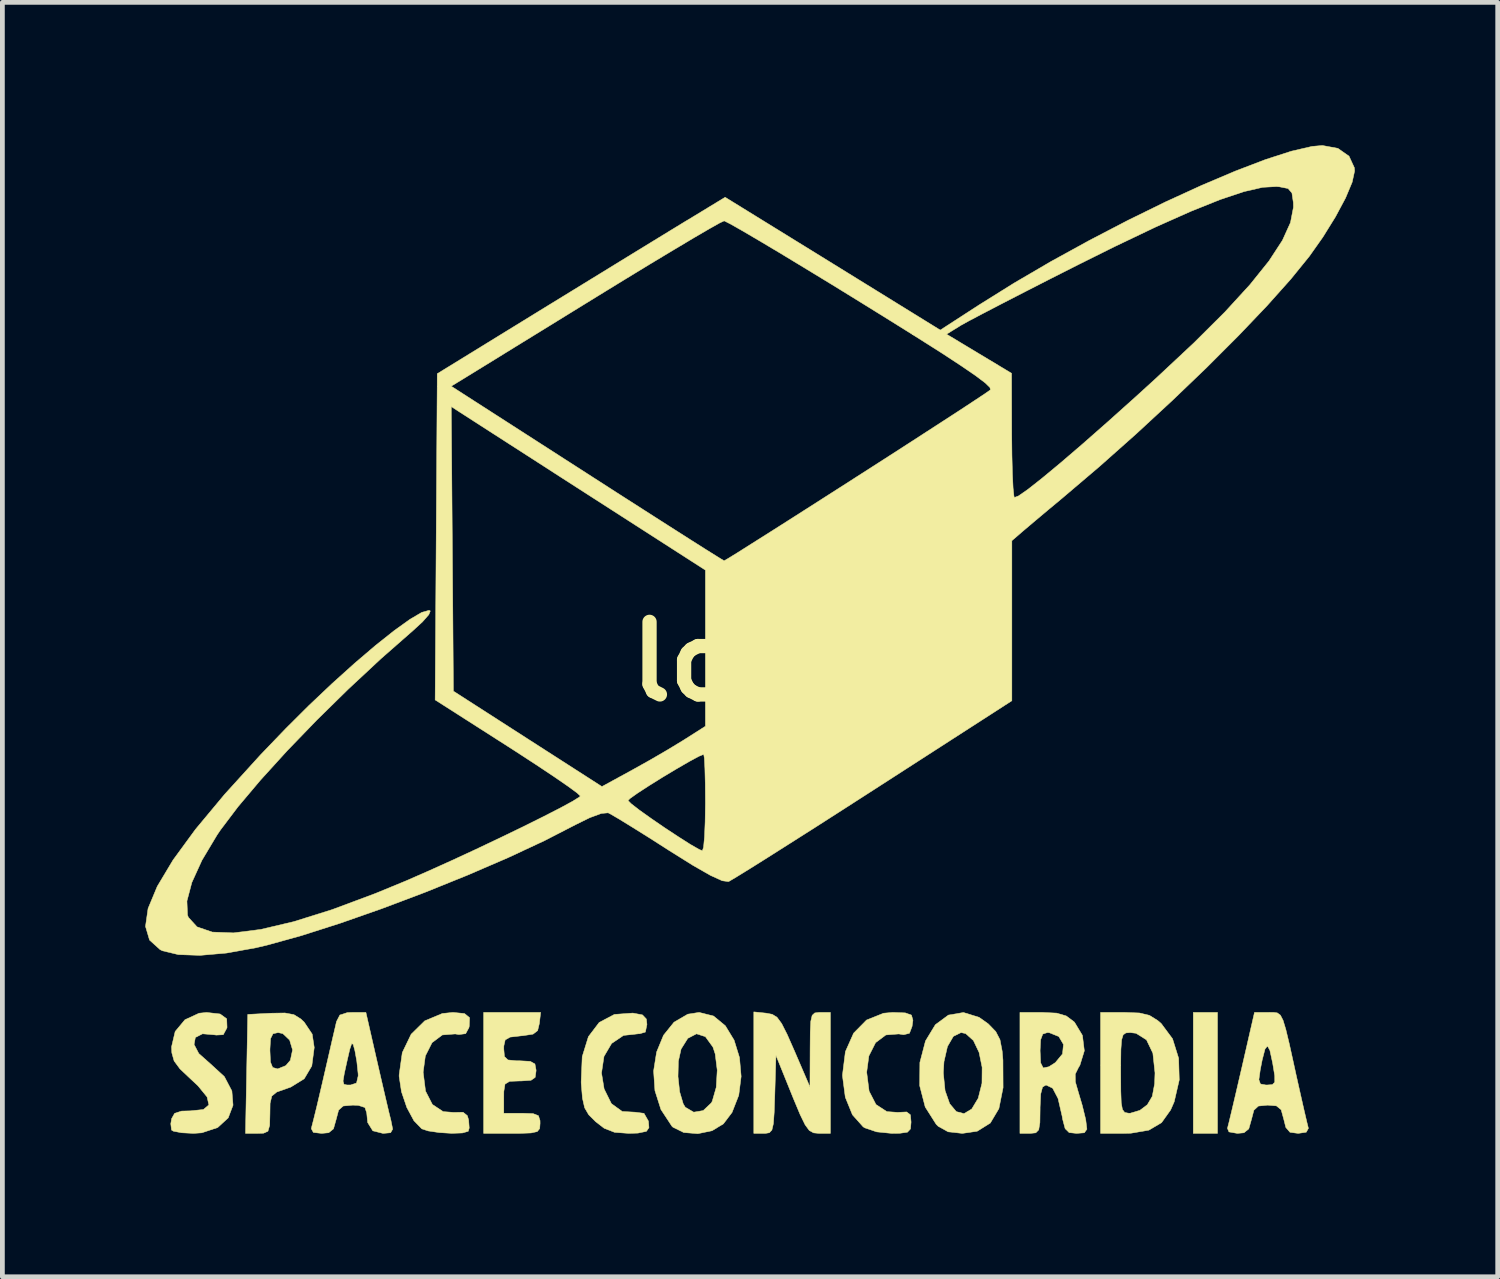
<source format=kicad_pcb>
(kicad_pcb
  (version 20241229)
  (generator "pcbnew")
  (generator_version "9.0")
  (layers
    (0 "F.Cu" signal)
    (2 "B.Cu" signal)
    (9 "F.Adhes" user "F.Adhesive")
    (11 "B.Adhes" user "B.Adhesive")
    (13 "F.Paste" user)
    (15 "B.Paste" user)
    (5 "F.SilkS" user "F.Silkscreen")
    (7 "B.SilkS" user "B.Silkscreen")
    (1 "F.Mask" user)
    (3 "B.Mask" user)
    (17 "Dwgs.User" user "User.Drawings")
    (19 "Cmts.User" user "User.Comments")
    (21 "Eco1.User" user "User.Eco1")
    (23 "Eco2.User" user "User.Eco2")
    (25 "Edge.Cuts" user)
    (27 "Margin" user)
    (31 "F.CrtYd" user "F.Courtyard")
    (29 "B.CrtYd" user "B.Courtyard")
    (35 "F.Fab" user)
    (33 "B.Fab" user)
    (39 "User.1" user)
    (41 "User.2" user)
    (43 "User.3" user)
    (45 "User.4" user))
  (footprint "logo"
    (layer "F.Cu")
    (at 12.693 10.842)
    (property "Reference" "logo" (at 0 0 0) (layer "F.SilkS") (effects (font (size 1.524 1.524) (thickness 0.3))))
    (attr through_hole)
    (fp_poly (pts (xy 9.821 9.906) (xy 9.313 9.906) (xy 9.313 7.366) (xy 9.821 7.366) (xy 9.821 9.906)) (stroke (width 0.01) (type solid)) (fill yes) (layer "F.SilkS"))
    (fp_poly (pts (xy -2.253 7.418) (xy -2.171 7.505) (xy -2.159 7.62) (xy -2.192 7.779) (xy -2.313 7.814) (xy -2.328 7.813) (xy -2.651 7.849) (xy -2.901 8.018) (xy -3.061 8.29) (xy -3.113 8.638) (xy -3.058 8.973) (xy -2.905 9.282) (xy -2.678 9.446) (xy -2.408 9.461) (xy -2.221 9.485) (xy -2.128 9.648) (xy -2.117 9.786) (xy -2.17 9.863) (xy -2.348 9.9) (xy -2.539 9.906) (xy -2.838 9.884) (xy -3.056 9.799) (xy -3.234 9.662) (xy -3.381 9.516) (xy -3.467 9.369) (xy -3.513 9.167) (xy -3.539 8.855) (xy -3.54 8.826) (xy -3.518 8.295) (xy -3.388 7.875) (xy -3.161 7.576) (xy -2.842 7.408) (xy -2.455 7.38) (xy -2.253 7.418)) (stroke (width 0.01) (type solid)) (fill yes) (layer "F.SilkS"))
    (fp_poly (pts (xy 0.346 7.382) (xy 0.472 7.406) (xy 0.572 7.468) (xy 0.669 7.599) (xy 0.785 7.828) (xy 0.936 8.17) (xy 1.264 8.932) (xy 1.267 8.149) (xy 1.27 7.782) (xy 1.281 7.553) (xy 1.31 7.428) (xy 1.365 7.377) (xy 1.455 7.366) (xy 1.482 7.366) (xy 1.693 7.366) (xy 1.693 9.906) (xy 1.453 9.906) (xy 1.34 9.895) (xy 1.25 9.845) (xy 1.163 9.727) (xy 1.058 9.512) (xy 0.916 9.173) (xy 0.881 9.086) (xy 0.55 8.267) (xy 0.526 9.086) (xy 0.513 9.463) (xy 0.496 9.702) (xy 0.465 9.835) (xy 0.412 9.892) (xy 0.328 9.906) (xy 0.293 9.906) (xy 0.085 9.906) (xy 0.085 7.355) (xy 0.346 7.382)) (stroke (width 0.01) (type solid)) (fill yes) (layer "F.SilkS"))
    (fp_poly (pts (xy 3.266 7.376) (xy 3.395 7.422) (xy 3.426 7.531) (xy 3.408 7.66) (xy 3.353 7.804) (xy 3.231 7.834) (xy 3.129 7.818) (xy 2.858 7.839) (xy 2.642 8.001) (xy 2.501 8.28) (xy 2.455 8.621) (xy 2.506 9.02) (xy 2.651 9.301) (xy 2.879 9.449) (xy 3.103 9.465) (xy 3.295 9.456) (xy 3.373 9.516) (xy 3.387 9.669) (xy 3.375 9.812) (xy 3.311 9.881) (xy 3.149 9.904) (xy 2.982 9.906) (xy 2.664 9.874) (xy 2.414 9.789) (xy 2.381 9.768) (xy 2.156 9.516) (xy 2.006 9.147) (xy 1.948 8.706) (xy 1.947 8.678) (xy 2.008 8.19) (xy 2.181 7.801) (xy 2.452 7.526) (xy 2.809 7.383) (xy 3.003 7.366) (xy 3.266 7.376)) (stroke (width 0.01) (type solid)) (fill yes) (layer "F.SilkS"))
    (fp_poly (pts (xy -5.989 7.39) (xy -5.883 7.477) (xy -5.89 7.655) (xy -5.897 7.686) (xy -5.965 7.812) (xy -6.107 7.831) (xy -6.184 7.818) (xy -6.455 7.839) (xy -6.671 8.001) (xy -6.812 8.28) (xy -6.858 8.621) (xy -6.808 9.018) (xy -6.664 9.299) (xy -6.438 9.449) (xy -6.217 9.466) (xy -6.02 9.462) (xy -5.93 9.534) (xy -5.903 9.625) (xy -5.891 9.793) (xy -5.911 9.862) (xy -6.033 9.897) (xy -6.257 9.905) (xy -6.519 9.889) (xy -6.755 9.854) (xy -6.887 9.81) (xy -7.051 9.641) (xy -7.201 9.362) (xy -7.313 9.032) (xy -7.362 8.71) (xy -7.362 8.678) (xy -7.296 8.21) (xy -7.11 7.824) (xy -6.824 7.543) (xy -6.456 7.389) (xy -6.232 7.366) (xy -5.989 7.39)) (stroke (width 0.01) (type solid)) (fill yes) (layer "F.SilkS"))
    (fp_poly (pts (xy -9.572 7.413) (xy -9.427 7.503) (xy -9.356 7.57) (xy -9.188 7.821) (xy -9.145 8.103) (xy -9.196 8.49) (xy -9.355 8.759) (xy -9.638 8.934) (xy -9.717 8.962) (xy -9.931 9.037) (xy -10.036 9.123) (xy -10.072 9.276) (xy -10.075 9.491) (xy -10.081 9.738) (xy -10.117 9.861) (xy -10.209 9.902) (xy -10.332 9.906) (xy -10.588 9.906) (xy -10.564 8.657) (xy -10.555 8.17) (xy -10.075 8.17) (xy -10.064 8.409) (xy -10.018 8.522) (xy -9.918 8.551) (xy -9.909 8.551) (xy -9.742 8.483) (xy -9.646 8.371) (xy -9.6 8.153) (xy -9.662 7.946) (xy -9.804 7.811) (xy -9.904 7.789) (xy -10.011 7.814) (xy -10.062 7.916) (xy -10.075 8.138) (xy -10.075 8.17) (xy -10.555 8.17) (xy -10.541 7.408) (xy -10.055 7.383) (xy -9.76 7.378) (xy -9.572 7.413)) (stroke (width 0.01) (type solid)) (fill yes) (layer "F.SilkS"))
    (fp_poly (pts (xy -4.418 7.599) (xy -4.454 7.748) (xy -4.551 7.822) (xy -4.759 7.854) (xy -4.805 7.858) (xy -5.031 7.884) (xy -5.135 7.943) (xy -5.164 8.071) (xy -5.165 8.133) (xy -5.151 8.293) (xy -5.077 8.364) (xy -4.895 8.382) (xy -4.826 8.382) (xy -4.608 8.394) (xy -4.511 8.448) (xy -4.487 8.575) (xy -4.487 8.594) (xy -4.506 8.73) (xy -4.593 8.791) (xy -4.797 8.805) (xy -4.826 8.805) (xy -5.043 8.813) (xy -5.139 8.871) (xy -5.164 9.025) (xy -5.165 9.144) (xy -5.165 9.483) (xy -4.784 9.483) (xy -4.549 9.491) (xy -4.437 9.535) (xy -4.404 9.637) (xy -4.403 9.694) (xy -4.411 9.805) (xy -4.462 9.868) (xy -4.592 9.897) (xy -4.837 9.906) (xy -4.995 9.906) (xy -5.588 9.906) (xy -5.588 7.366) (xy -4.391 7.366) (xy -4.418 7.599)) (stroke (width 0.01) (type solid)) (fill yes) (layer "F.SilkS"))
    (fp_poly (pts (xy 4.815 7.469) (xy 5.009 7.607) (xy 5.166 7.769) (xy 5.254 7.939) (xy 5.3 8.18) (xy 5.316 8.367) (xy 5.319 8.946) (xy 5.231 9.386) (xy 5.051 9.689) (xy 4.775 9.861) (xy 4.464 9.906) (xy 4.165 9.873) (xy 3.958 9.758) (xy 3.915 9.716) (xy 3.684 9.352) (xy 3.568 8.905) (xy 3.57 8.636) (xy 4.064 8.636) (xy 4.101 9.008) (xy 4.198 9.283) (xy 4.337 9.449) (xy 4.498 9.491) (xy 4.661 9.394) (xy 4.797 9.168) (xy 4.876 8.853) (xy 4.879 8.519) (xy 4.815 8.206) (xy 4.696 7.956) (xy 4.533 7.81) (xy 4.437 7.789) (xy 4.275 7.868) (xy 4.151 8.082) (xy 4.078 8.4) (xy 4.064 8.636) (xy 3.57 8.636) (xy 3.572 8.417) (xy 3.69 7.965) (xy 3.897 7.624) (xy 4.171 7.422) (xy 4.487 7.368) (xy 4.815 7.469)) (stroke (width 0.01) (type solid)) (fill yes) (layer "F.SilkS"))
    (fp_poly (pts (xy 8.183 7.378) (xy 8.392 7.428) (xy 8.567 7.537) (xy 8.639 7.599) (xy 8.877 7.919) (xy 9.005 8.328) (xy 9.018 8.784) (xy 8.912 9.243) (xy 8.837 9.414) (xy 8.646 9.681) (xy 8.38 9.838) (xy 8.006 9.902) (xy 7.855 9.906) (xy 7.366 9.906) (xy 7.366 8.636) (xy 7.789 8.636) (xy 7.791 9.02) (xy 7.8 9.266) (xy 7.825 9.404) (xy 7.872 9.466) (xy 7.949 9.482) (xy 7.988 9.483) (xy 8.192 9.422) (xy 8.348 9.304) (xy 8.452 9.128) (xy 8.501 8.865) (xy 8.509 8.636) (xy 8.464 8.221) (xy 8.33 7.942) (xy 8.111 7.804) (xy 7.988 7.789) (xy 7.898 7.796) (xy 7.84 7.837) (xy 7.808 7.942) (xy 7.793 8.144) (xy 7.789 8.472) (xy 7.789 8.636) (xy 7.366 8.636) (xy 7.366 7.366) (xy 7.873 7.366) (xy 8.183 7.378)) (stroke (width 0.01) (type solid)) (fill yes) (layer "F.SilkS"))
    (fp_poly (pts (xy -11.121 7.399) (xy -10.983 7.5) (xy -10.976 7.68) (xy -10.979 7.693) (xy -11.055 7.834) (xy -11.208 7.842) (xy -11.223 7.838) (xy -11.49 7.815) (xy -11.641 7.892) (xy -11.668 8.039) (xy -11.569 8.229) (xy -11.337 8.435) (xy -11.331 8.44) (xy -11.032 8.714) (xy -10.874 9.015) (xy -10.85 9.314) (xy -10.951 9.58) (xy -11.172 9.783) (xy -11.506 9.894) (xy -11.679 9.906) (xy -11.929 9.893) (xy -12.101 9.86) (xy -12.141 9.836) (xy -12.157 9.705) (xy -12.139 9.596) (xy -12.076 9.485) (xy -11.93 9.438) (xy -11.744 9.433) (xy -11.473 9.405) (xy -11.357 9.308) (xy -11.395 9.141) (xy -11.587 8.906) (xy -11.735 8.768) (xy -11.964 8.552) (xy -12.087 8.385) (xy -12.135 8.215) (xy -12.141 8.089) (xy -12.065 7.767) (xy -11.86 7.52) (xy -11.563 7.383) (xy -11.404 7.367) (xy -11.121 7.399)) (stroke (width 0.01) (type solid)) (fill yes) (layer "F.SilkS"))
    (fp_poly (pts (xy -0.76 7.442) (xy -0.513 7.646) (xy -0.329 7.948) (xy -0.216 8.313) (xy -0.181 8.71) (xy -0.231 9.105) (xy -0.372 9.466) (xy -0.553 9.705) (xy -0.791 9.85) (xy -1.09 9.912) (xy -1.386 9.888) (xy -1.613 9.776) (xy -1.635 9.755) (xy -1.865 9.405) (xy -1.991 9.009) (xy -2.011 8.713) (xy -1.507 8.713) (xy -1.472 9.034) (xy -1.397 9.286) (xy -1.354 9.357) (xy -1.177 9.461) (xy -0.977 9.427) (xy -0.808 9.267) (xy -0.787 9.229) (xy -0.704 8.939) (xy -0.683 8.579) (xy -0.726 8.237) (xy -0.773 8.094) (xy -0.932 7.875) (xy -1.118 7.815) (xy -1.301 7.91) (xy -1.442 8.135) (xy -1.499 8.391) (xy -1.507 8.713) (xy -2.011 8.713) (xy -2.019 8.596) (xy -1.956 8.198) (xy -1.811 7.846) (xy -1.59 7.571) (xy -1.301 7.403) (xy -1.063 7.366) (xy -0.76 7.442)) (stroke (width 0.01) (type solid)) (fill yes) (layer "F.SilkS"))
    (fp_poly (pts (xy 6.445 7.381) (xy 6.645 7.44) (xy 6.807 7.561) (xy 6.82 7.574) (xy 6.985 7.848) (xy 7.025 8.172) (xy 6.931 8.478) (xy 6.905 8.518) (xy 6.834 8.662) (xy 6.837 8.826) (xy 6.894 9.024) (xy 6.981 9.317) (xy 7.05 9.599) (xy 7.056 9.631) (xy 7.079 9.818) (xy 7.025 9.893) (xy 6.863 9.906) (xy 6.706 9.889) (xy 6.622 9.806) (xy 6.57 9.611) (xy 6.559 9.546) (xy 6.473 9.173) (xy 6.36 8.957) (xy 6.22 8.89) (xy 6.148 8.932) (xy 6.109 9.078) (xy 6.096 9.358) (xy 6.096 9.398) (xy 6.092 9.68) (xy 6.067 9.832) (xy 6.006 9.894) (xy 5.892 9.906) (xy 5.884 9.906) (xy 5.673 9.906) (xy 5.673 8.17) (xy 6.096 8.17) (xy 6.108 8.426) (xy 6.162 8.532) (xy 6.28 8.507) (xy 6.416 8.42) (xy 6.567 8.238) (xy 6.587 8.038) (xy 6.489 7.872) (xy 6.287 7.791) (xy 6.248 7.789) (xy 6.152 7.821) (xy 6.107 7.942) (xy 6.096 8.17) (xy 5.673 8.17) (xy 5.673 7.366) (xy 6.142 7.366) (xy 6.445 7.381)) (stroke (width 0.01) (type solid)) (fill yes) (layer "F.SilkS"))
    (fp_poly (pts (xy -7.833 8.361) (xy -7.737 8.778) (xy -7.648 9.161) (xy -7.577 9.463) (xy -7.535 9.631) (xy -7.498 9.817) (xy -7.541 9.892) (xy -7.694 9.906) (xy -7.702 9.906) (xy -7.915 9.852) (xy -8.023 9.678) (xy -8.043 9.476) (xy -8.08 9.363) (xy -8.218 9.318) (xy -8.336 9.313) (xy -8.536 9.331) (xy -8.633 9.417) (xy -8.684 9.61) (xy -8.741 9.811) (xy -8.841 9.892) (xy -8.99 9.906) (xy -9.163 9.886) (xy -9.206 9.808) (xy -9.195 9.758) (xy -9.159 9.618) (xy -9.094 9.354) (xy -9.012 9.005) (xy -8.966 8.808) (xy -8.54 8.808) (xy -8.521 8.876) (xy -8.455 8.89) (xy -8.382 8.89) (xy -8.257 8.849) (xy -8.222 8.699) (xy -8.223 8.657) (xy -8.251 8.393) (xy -8.291 8.17) (xy -8.327 8.037) (xy -8.358 8.02) (xy -8.398 8.138) (xy -8.451 8.365) (xy -8.514 8.651) (xy -8.54 8.808) (xy -8.966 8.808) (xy -8.936 8.678) (xy -8.845 8.284) (xy -8.765 7.935) (xy -8.704 7.674) (xy -8.677 7.556) (xy -8.607 7.421) (xy -8.45 7.37) (xy -8.346 7.366) (xy -8.06 7.366) (xy -7.833 8.361)) (stroke (width 0.01) (type solid)) (fill yes) (layer "F.SilkS"))
    (fp_poly (pts (xy 11.077 7.376) (xy 11.142 7.424) (xy 11.198 7.532) (xy 11.256 7.724) (xy 11.328 8.023) (xy 11.423 8.454) (xy 11.472 8.678) (xy 11.562 9.079) (xy 11.64 9.423) (xy 11.699 9.675) (xy 11.73 9.799) (xy 11.73 9.8) (xy 11.685 9.881) (xy 11.516 9.906) (xy 11.344 9.883) (xy 11.256 9.781) (xy 11.213 9.61) (xy 11.158 9.41) (xy 11.058 9.328) (xy 10.874 9.313) (xy 10.68 9.332) (xy 10.585 9.42) (xy 10.535 9.61) (xy 10.478 9.811) (xy 10.377 9.893) (xy 10.238 9.906) (xy 10.062 9.875) (xy 10.03 9.8) (xy 10.06 9.683) (xy 10.12 9.433) (xy 10.202 9.085) (xy 10.273 8.779) (xy 10.69 8.779) (xy 10.723 8.869) (xy 10.838 8.89) (xy 10.861 8.89) (xy 10.973 8.882) (xy 11.024 8.831) (xy 11.023 8.697) (xy 10.981 8.44) (xy 10.976 8.415) (xy 10.922 8.165) (xy 10.871 8.071) (xy 10.819 8.135) (xy 10.76 8.362) (xy 10.719 8.572) (xy 10.69 8.779) (xy 10.273 8.779) (xy 10.298 8.671) (xy 10.331 8.53) (xy 10.598 7.366) (xy 10.881 7.366) (xy 10.994 7.365) (xy 11.077 7.376)) (stroke (width 0.01) (type solid)) (fill yes) (layer "F.SilkS"))
    (fp_poly (pts (xy 12.349 -10.777) (xy 12.583 -10.613) (xy 12.695 -10.37) (xy 12.7 -10.301) (xy 12.649 -10.067) (xy 12.51 -9.735) (xy 12.298 -9.339) (xy 12.033 -8.912) (xy 11.749 -8.51) (xy 11.362 -8.033) (xy 10.861 -7.472) (xy 10.266 -6.848) (xy 9.597 -6.178) (xy 8.873 -5.484) (xy 8.115 -4.783) (xy 7.343 -4.097) (xy 6.576 -3.445) (xy 6.562 -3.433) (xy 6.265 -3.186) (xy 5.99 -2.955) (xy 5.783 -2.78) (xy 5.736 -2.74) (xy 5.503 -2.539) (xy 5.503 0.822) (xy 2.6 2.693) (xy 1.967 3.1) (xy 1.374 3.48) (xy 0.837 3.821) (xy 0.373 4.115) (xy -0.003 4.351) (xy -0.274 4.518) (xy -0.425 4.608) (xy -0.448 4.619) (xy -0.579 4.601) (xy -0.827 4.488) (xy -1.197 4.276) (xy -1.696 3.964) (xy -1.716 3.951) (xy -2.11 3.699) (xy -2.462 3.479) (xy -2.743 3.306) (xy -2.925 3.2) (xy -2.974 3.175) (xy -3.117 3.188) (xy -3.359 3.277) (xy -3.65 3.42) (xy -4.309 3.759) (xy -5.081 4.119) (xy -5.932 4.486) (xy -6.826 4.847) (xy -7.727 5.187) (xy -8.6 5.493) (xy -9.41 5.752) (xy -10.12 5.949) (xy -10.372 6.009) (xy -10.991 6.12) (xy -11.542 6.168) (xy -11.998 6.152) (xy -12.331 6.072) (xy -12.381 6.048) (xy -12.603 5.847) (xy -12.688 5.56) (xy -12.634 5.184) (xy -12.441 4.72) (xy -12.11 4.167) (xy -11.639 3.523) (xy -11.027 2.788) (xy -10.276 1.961) (xy -9.746 1.409) (xy -9.258 0.923) (xy -8.77 0.461) (xy -8.298 0.036) (xy -7.857 -0.34) (xy -7.464 -0.652) (xy -7.136 -0.887) (xy -6.888 -1.033) (xy -6.736 -1.076) (xy -6.708 -1.064) (xy -6.739 -0.986) (xy -6.872 -0.835) (xy -7.071 -0.652) (xy -7.749 -0.057) (xy -8.429 0.577) (xy -9.091 1.227) (xy -9.713 1.871) (xy -10.272 2.486) (xy -10.746 3.048) (xy -11.114 3.535) (xy -11.185 3.64) (xy -11.502 4.17) (xy -11.715 4.638) (xy -11.818 5.027) (xy -11.806 5.32) (xy -11.788 5.369) (xy -11.605 5.57) (xy -11.287 5.679) (xy -10.839 5.696) (xy -10.266 5.623) (xy -9.575 5.46) (xy -8.771 5.208) (xy -7.86 4.868) (xy -7.219 4.604) (xy -6.764 4.405) (xy -6.267 4.181) (xy -5.753 3.943) (xy -5.243 3.701) (xy -4.761 3.468) (xy -4.331 3.254) (xy -3.974 3.071) (xy -3.715 2.93) (xy -3.693 2.916) (xy -2.557 2.916) (xy -2.49 2.984) (xy -2.316 3.119) (xy -2.069 3.295) (xy -1.785 3.49) (xy -1.499 3.678) (xy -1.248 3.838) (xy -1.065 3.943) (xy -0.995 3.972) (xy -0.97 3.896) (xy -0.95 3.683) (xy -0.937 3.365) (xy -0.931 2.975) (xy -0.931 2.963) (xy -0.934 2.571) (xy -0.942 2.249) (xy -0.953 2.03) (xy -0.967 1.947) (xy -0.967 1.947) (xy -1.068 1.988) (xy -1.27 2.097) (xy -1.536 2.251) (xy -1.83 2.427) (xy -2.115 2.605) (xy -2.355 2.761) (xy -2.513 2.873) (xy -2.557 2.916) (xy -3.693 2.916) (xy -3.575 2.842) (xy -3.558 2.821) (xy -3.626 2.757) (xy -3.817 2.617) (xy -4.11 2.415) (xy -4.484 2.166) (xy -4.917 1.884) (xy -5.082 1.778) (xy -6.606 0.804) (xy -6.566 -5.355) (xy -6.268 -5.355) (xy -6.245 -2.367) (xy -6.223 0.62) (xy -4.664 1.622) (xy -3.104 2.624) (xy -2.462 2.273) (xy -2.095 2.068) (xy -1.719 1.849) (xy -1.408 1.66) (xy -1.376 1.64) (xy -0.931 1.357) (xy -0.931 -1.921) (xy -3.408 -3.513) (xy -3.996 -3.891) (xy -4.545 -4.245) (xy -5.038 -4.562) (xy -5.456 -4.831) (xy -5.781 -5.04) (xy -5.996 -5.179) (xy -6.076 -5.23) (xy -6.268 -5.355) (xy -6.566 -5.355) (xy -6.563 -5.783) (xy -6.269 -5.783) (xy -3.418 -3.95) (xy -2.796 -3.55) (xy -2.218 -3.18) (xy -1.702 -2.85) (xy -1.261 -2.569) (xy -0.912 -2.348) (xy -0.669 -2.196) (xy -0.548 -2.122) (xy -0.538 -2.117) (xy -0.462 -2.161) (xy -0.259 -2.286) (xy 0.054 -2.484) (xy 0.464 -2.743) (xy 0.953 -3.054) (xy 1.506 -3.407) (xy 2.108 -3.792) (xy 2.223 -3.866) (xy 2.836 -4.259) (xy 3.407 -4.627) (xy 3.918 -4.958) (xy 4.355 -5.241) (xy 4.699 -5.467) (xy 4.936 -5.624) (xy 5.049 -5.703) (xy 5.054 -5.707) (xy 5.043 -5.756) (xy 4.944 -5.852) (xy 4.748 -6) (xy 4.446 -6.207) (xy 4.03 -6.48) (xy 3.49 -6.822) (xy 3.406 -6.875) (xy 4.132 -6.875) (xy 4.815 -6.464) (xy 5.497 -6.054) (xy 5.5 -4.777) (xy 5.505 -4.328) (xy 5.515 -3.941) (xy 5.529 -3.647) (xy 5.547 -3.476) (xy 5.556 -3.446) (xy 5.642 -3.478) (xy 5.839 -3.615) (xy 6.136 -3.849) (xy 6.524 -4.171) (xy 6.989 -4.57) (xy 7.521 -5.038) (xy 8.108 -5.564) (xy 8.535 -5.953) (xy 9.325 -6.692) (xy 9.979 -7.343) (xy 10.503 -7.915) (xy 10.903 -8.413) (xy 11.185 -8.846) (xy 11.354 -9.219) (xy 11.416 -9.541) (xy 11.414 -9.637) (xy 11.384 -9.84) (xy 11.303 -9.934) (xy 11.12 -9.97) (xy 11.059 -9.975) (xy 10.769 -9.959) (xy 10.378 -9.869) (xy 9.878 -9.702) (xy 9.262 -9.455) (xy 8.523 -9.126) (xy 7.654 -8.711) (xy 6.9 -8.336) (xy 6.323 -8.044) (xy 5.783 -7.768) (xy 5.301 -7.52) (xy 4.901 -7.312) (xy 4.603 -7.155) (xy 4.431 -7.06) (xy 4.416 -7.05) (xy 4.132 -6.875) (xy 3.406 -6.875) (xy 2.819 -7.241) (xy 2.356 -7.528) (xy 1.733 -7.912) (xy 1.153 -8.265) (xy 0.633 -8.58) (xy 0.188 -8.845) (xy -0.165 -9.052) (xy -0.41 -9.191) (xy -0.531 -9.252) (xy -0.539 -9.254) (xy -0.631 -9.211) (xy -0.85 -9.088) (xy -1.179 -8.896) (xy -1.601 -8.644) (xy -2.1 -8.344) (xy -2.658 -8.004) (xy -3.217 -7.661) (xy -3.824 -7.287) (xy -4.392 -6.937) (xy -4.906 -6.621) (xy -5.345 -6.35) (xy -5.693 -6.136) (xy -5.93 -5.99) (xy -6.034 -5.926) (xy -6.269 -5.783) (xy -6.563 -5.783) (xy -6.562 -6.045) (xy -4.318 -7.425) (xy -3.718 -7.793) (xy -3.125 -8.157) (xy -2.565 -8.501) (xy -2.064 -8.808) (xy -1.649 -9.062) (xy -1.346 -9.247) (xy -1.295 -9.277) (xy -0.517 -9.75) (xy 1.742 -8.356) (xy 4 -6.961) (xy 4.815 -7.489) (xy 5.55 -7.948) (xy 6.328 -8.403) (xy 7.131 -8.844) (xy 7.938 -9.264) (xy 8.731 -9.653) (xy 9.491 -10.001) (xy 10.198 -10.301) (xy 10.832 -10.543) (xy 11.375 -10.718) (xy 11.807 -10.818) (xy 12.024 -10.837) (xy 12.349 -10.777)) (stroke (width 0.01) (type solid)) (fill yes) (layer "F.SilkS")))
  (gr_rect
    (start -3 -3)
    (end 28.398 23.759)
    (stroke (width 0.1) (type default))
    (fill no)
    (layer "Edge.Cuts")))
</source>
